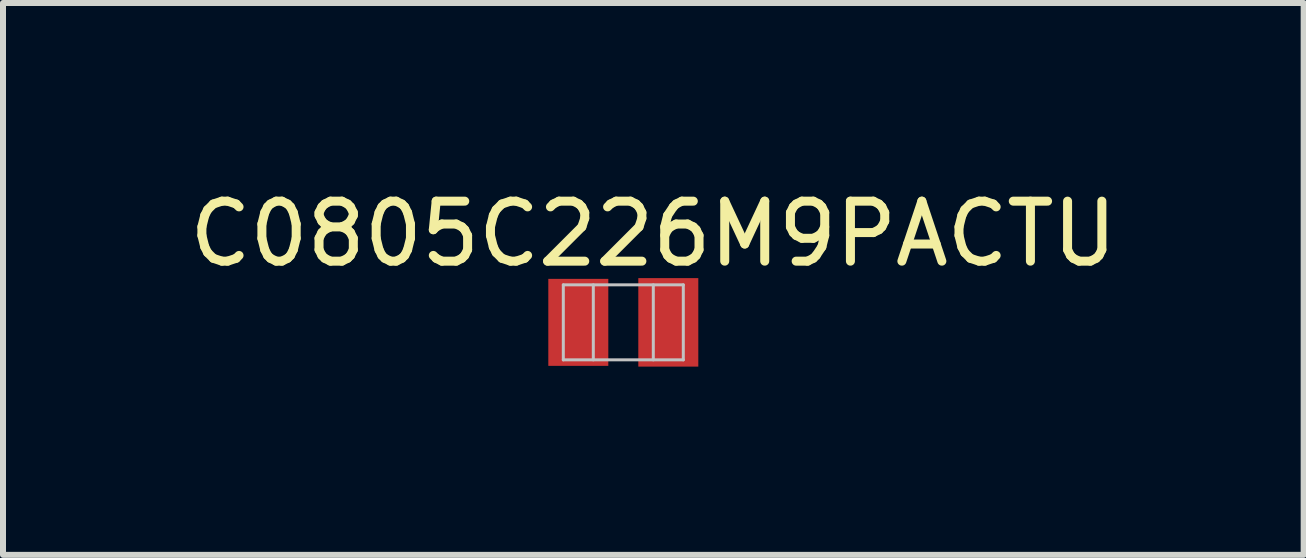
<source format=kicad_pcb>
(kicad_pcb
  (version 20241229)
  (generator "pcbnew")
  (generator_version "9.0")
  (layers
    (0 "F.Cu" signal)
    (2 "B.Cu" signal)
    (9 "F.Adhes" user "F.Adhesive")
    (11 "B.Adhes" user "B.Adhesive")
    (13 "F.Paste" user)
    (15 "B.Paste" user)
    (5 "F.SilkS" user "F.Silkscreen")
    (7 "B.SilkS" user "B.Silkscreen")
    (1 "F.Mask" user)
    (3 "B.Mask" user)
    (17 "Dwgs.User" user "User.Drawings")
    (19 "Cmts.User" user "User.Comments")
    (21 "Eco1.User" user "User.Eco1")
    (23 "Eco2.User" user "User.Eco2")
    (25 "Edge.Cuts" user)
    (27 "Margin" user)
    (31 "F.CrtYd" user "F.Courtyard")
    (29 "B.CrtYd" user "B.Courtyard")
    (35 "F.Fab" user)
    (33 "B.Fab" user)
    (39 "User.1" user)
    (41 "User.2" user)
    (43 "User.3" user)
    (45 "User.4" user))
  (footprint "C0805C226M9PACTU"
    (layer "F.Cu")
    (at 7.339 2.948)
    (property "Reference" "C0805C226M9PACTU" (at 0.5 -2.1 0) (layer "F.SilkS") (effects (font (size 1 1) (thickness 0.15))))
    (attr through_hole)
    (fp_line (start -1 -1.25) (end 1 -1.25) (stroke (width 0.05) (type solid)) (layer "Dwgs.User"))
    (fp_line (start -1 0) (end -1 -1.25) (stroke (width 0.05) (type solid)) (layer "Dwgs.User"))
    (fp_line (start -0.5 -1.25) (end -0.5 0) (stroke (width 0.05) (type solid)) (layer "Dwgs.User"))
    (fp_line (start 0.5 -1.25) (end 0.5 0) (stroke (width 0.05) (type solid)) (layer "Dwgs.User"))
    (fp_line (start 1 -1.25) (end 1 0) (stroke (width 0.05) (type solid)) (layer "Dwgs.User"))
    (fp_line (start 1 0) (end -1 0) (stroke (width 0.05) (type solid)) (layer "Dwgs.User"))
    (pad "1" smd rect (at -0.75 -0.625) (size 1 1.45) (layers "F.Cu" "F.Mask" "F.Paste"))
    (pad "2" smd rect (at 0.75 -0.625) (size 1 1.475) (layers "F.Cu" "F.Mask" "F.Paste")))
  (gr_rect
    (start -3 -3)
    (end 18.679 6.198)
    (stroke (width 0.1) (type default))
    (fill no)
    (layer "Edge.Cuts")))
</source>
